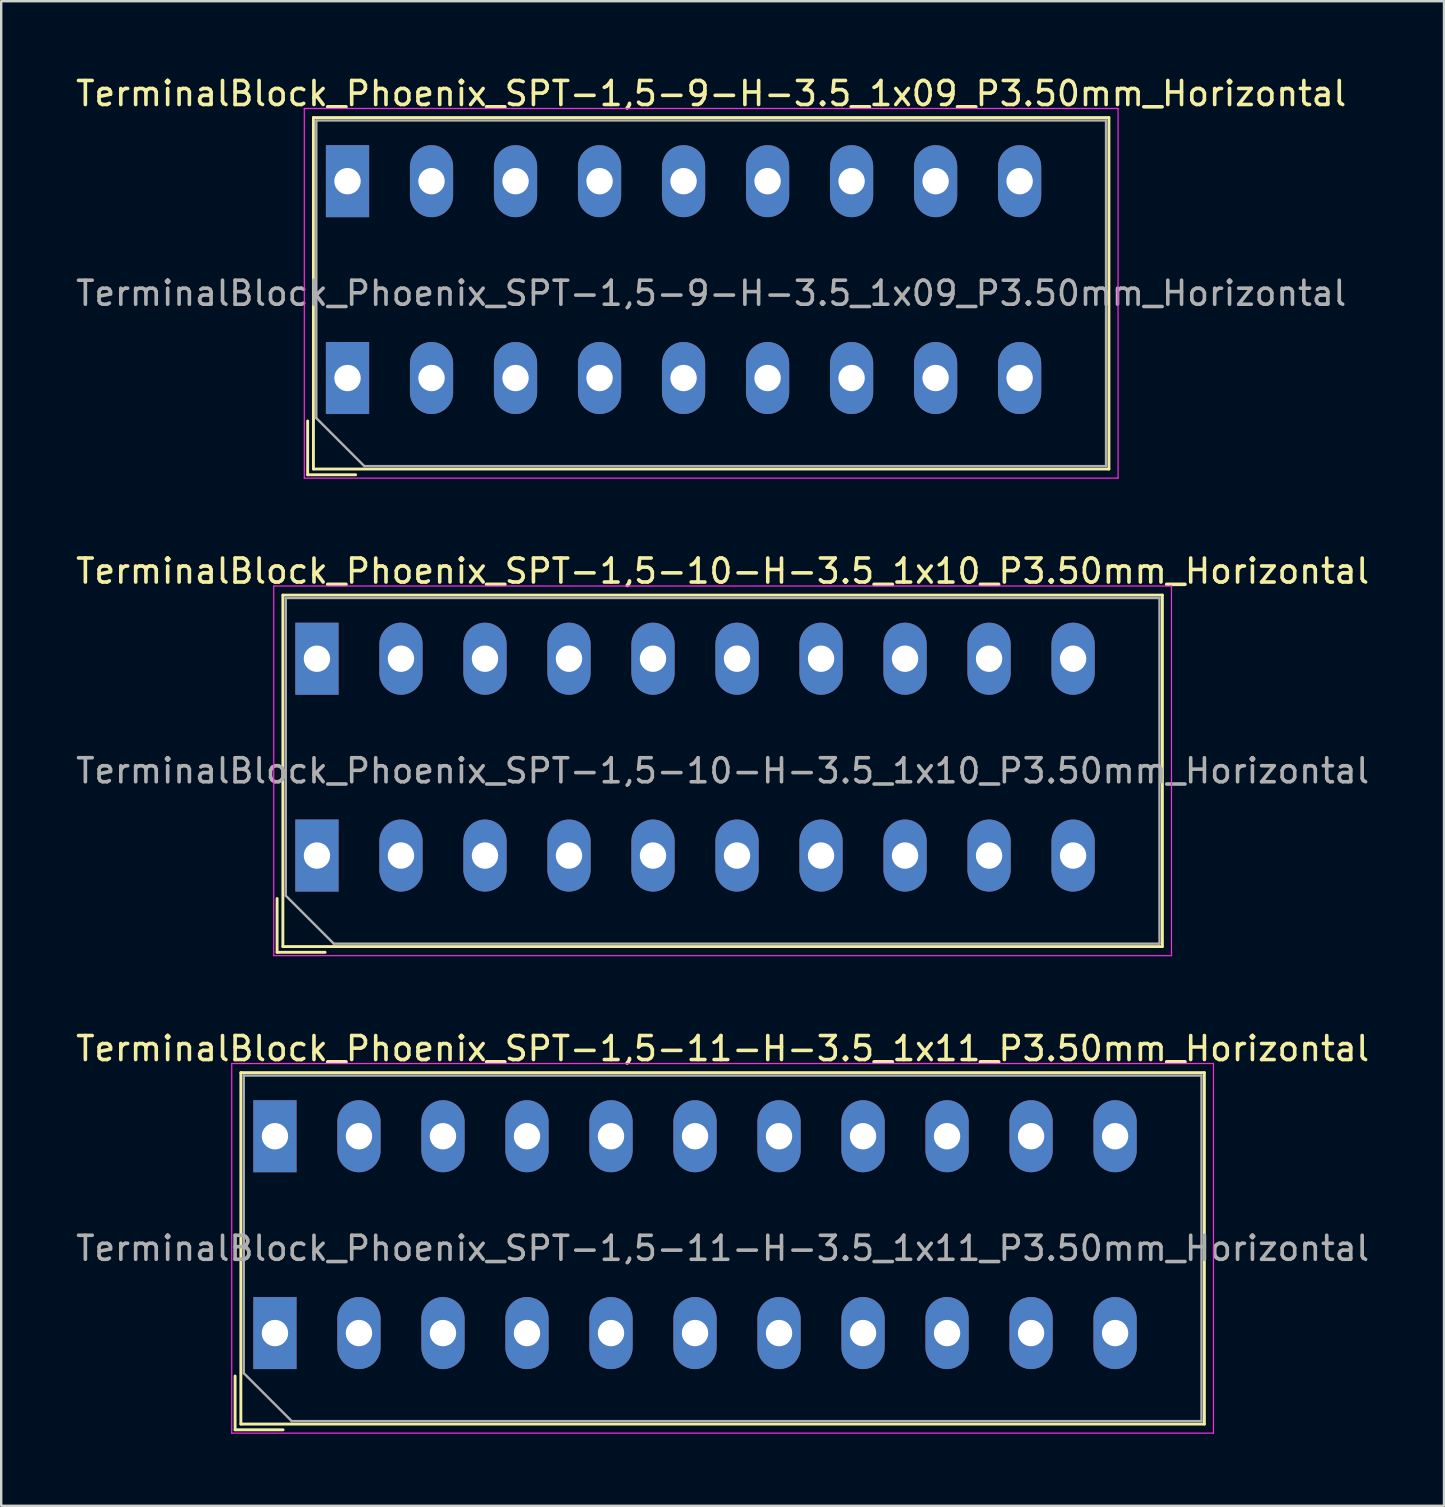
<source format=kicad_pcb>
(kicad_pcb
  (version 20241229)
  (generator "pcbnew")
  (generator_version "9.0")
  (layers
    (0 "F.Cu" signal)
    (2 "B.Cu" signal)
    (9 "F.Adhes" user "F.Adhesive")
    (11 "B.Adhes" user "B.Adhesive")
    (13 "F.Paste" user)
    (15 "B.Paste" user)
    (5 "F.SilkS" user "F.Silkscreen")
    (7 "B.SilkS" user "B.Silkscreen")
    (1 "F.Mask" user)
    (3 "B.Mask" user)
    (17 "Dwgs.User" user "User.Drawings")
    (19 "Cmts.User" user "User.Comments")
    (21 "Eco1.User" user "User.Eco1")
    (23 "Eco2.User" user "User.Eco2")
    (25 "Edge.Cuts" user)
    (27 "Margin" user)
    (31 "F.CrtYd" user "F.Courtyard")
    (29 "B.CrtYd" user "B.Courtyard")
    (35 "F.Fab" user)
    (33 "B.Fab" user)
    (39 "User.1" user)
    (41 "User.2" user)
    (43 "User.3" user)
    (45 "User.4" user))
  (footprint "TerminalBlock_Phoenix_SPT-1,5-10-H-3.5_1x10_P3.50mm_Horizontal"
    (layer "F.Cu")
    (at 10.154 32.592)
    (property "Reference" "TerminalBlock_Phoenix_SPT-1,5-10-H-3.5_1x10_P3.50mm_Horizontal" (at 16.9 -11.85 0) (layer "F.SilkS") (effects (font (size 1 1) (thickness 0.15))))
    (attr through_hole)
    (fp_line (start -1.66 1.79) (end -1.66 4.03) (stroke (width 0.12) (type solid)) (layer "F.SilkS"))
    (fp_line (start -1.66 4.03) (end 0.34 4.03) (stroke (width 0.12) (type solid)) (layer "F.SilkS"))
    (fp_line (start -1.42 -10.85) (end -1.42 3.791) (stroke (width 0.12) (type solid)) (layer "F.SilkS"))
    (fp_line (start -1.42 -10.85) (end 35.22 -10.85) (stroke (width 0.12) (type solid)) (layer "F.SilkS"))
    (fp_line (start -1.42 3.791) (end 35.22 3.791) (stroke (width 0.12) (type solid)) (layer "F.SilkS"))
    (fp_line (start 35.22 -10.85) (end 35.22 3.791) (stroke (width 0.12) (type solid)) (layer "F.SilkS"))
    (fp_line (start -1.8 -11.23) (end -1.8 4.17) (stroke (width 0.05) (type solid)) (layer "F.CrtYd"))
    (fp_line (start -1.8 4.17) (end 35.6 4.17) (stroke (width 0.05) (type solid)) (layer "F.CrtYd"))
    (fp_line (start 35.6 -11.23) (end -1.8 -11.23) (stroke (width 0.05) (type solid)) (layer "F.CrtYd"))
    (fp_line (start 35.6 4.17) (end 35.6 -11.23) (stroke (width 0.05) (type solid)) (layer "F.CrtYd"))
    (fp_line (start -1.3 -10.73) (end 35.1 -10.73) (stroke (width 0.1) (type solid)) (layer "F.Fab"))
    (fp_line (start -1.3 1.67) (end -1.3 -10.73) (stroke (width 0.1) (type solid)) (layer "F.Fab"))
    (fp_line (start 0.7 3.67) (end -1.3 1.67) (stroke (width 0.1) (type solid)) (layer "F.Fab"))
    (fp_line (start 35.1 -10.73) (end 35.1 3.67) (stroke (width 0.1) (type solid)) (layer "F.Fab"))
    (fp_line (start 35.1 3.67) (end 0.7 3.67) (stroke (width 0.1) (type solid)) (layer "F.Fab"))
    (fp_text user "${REFERENCE}" (at 16.9 -3.53 0) (layer "F.Fab") (effects (font (size 1 1) (thickness 0.15))))
    (pad "1" thru_hole rect (at 0 -8.2) (size 1.8 3) (drill 1.1) (layers "*.Cu" "*.Mask"))
    (pad "1" thru_hole rect (at 0 0) (size 1.8 3) (drill 1.1) (layers "*.Cu" "*.Mask"))
    (pad "2" thru_hole oval (at 3.5 -8.2) (size 1.8 3) (drill 1.1) (layers "*.Cu" "*.Mask"))
    (pad "2" thru_hole oval (at 3.5 0) (size 1.8 3) (drill 1.1) (layers "*.Cu" "*.Mask"))
    (pad "3" thru_hole oval (at 7 -8.2) (size 1.8 3) (drill 1.1) (layers "*.Cu" "*.Mask"))
    (pad "3" thru_hole oval (at 7 0) (size 1.8 3) (drill 1.1) (layers "*.Cu" "*.Mask"))
    (pad "4" thru_hole oval (at 10.5 -8.2) (size 1.8 3) (drill 1.1) (layers "*.Cu" "*.Mask"))
    (pad "4" thru_hole oval (at 10.5 0) (size 1.8 3) (drill 1.1) (layers "*.Cu" "*.Mask"))
    (pad "5" thru_hole oval (at 14 -8.2) (size 1.8 3) (drill 1.1) (layers "*.Cu" "*.Mask"))
    (pad "5" thru_hole oval (at 14 0) (size 1.8 3) (drill 1.1) (layers "*.Cu" "*.Mask"))
    (pad "6" thru_hole oval (at 17.5 -8.2) (size 1.8 3) (drill 1.1) (layers "*.Cu" "*.Mask"))
    (pad "6" thru_hole oval (at 17.5 0) (size 1.8 3) (drill 1.1) (layers "*.Cu" "*.Mask"))
    (pad "7" thru_hole oval (at 21 -8.2) (size 1.8 3) (drill 1.1) (layers "*.Cu" "*.Mask"))
    (pad "7" thru_hole oval (at 21 0) (size 1.8 3) (drill 1.1) (layers "*.Cu" "*.Mask"))
    (pad "8" thru_hole oval (at 24.5 -8.2) (size 1.8 3) (drill 1.1) (layers "*.Cu" "*.Mask"))
    (pad "8" thru_hole oval (at 24.5 0) (size 1.8 3) (drill 1.1) (layers "*.Cu" "*.Mask"))
    (pad "9" thru_hole oval (at 28 -8.2) (size 1.8 3) (drill 1.1) (layers "*.Cu" "*.Mask"))
    (pad "9" thru_hole oval (at 28 0) (size 1.8 3) (drill 1.1) (layers "*.Cu" "*.Mask"))
    (pad "10" thru_hole oval (at 31.5 -8.2) (size 1.8 3) (drill 1.1) (layers "*.Cu" "*.Mask"))
    (pad "10" thru_hole oval (at 31.5 0) (size 1.8 3) (drill 1.1) (layers "*.Cu" "*.Mask")))
  (footprint "TerminalBlock_Phoenix_SPT-1,5-9-H-3.5_1x09_P3.50mm_Horizontal"
    (layer "F.Cu")
    (at 11.427 12.698)
    (property "Reference" "TerminalBlock_Phoenix_SPT-1,5-9-H-3.5_1x09_P3.50mm_Horizontal" (at 15.15 -11.85 0) (layer "F.SilkS") (effects (font (size 1 1) (thickness 0.15))))
    (attr through_hole)
    (fp_line (start -1.66 1.79) (end -1.66 4.03) (stroke (width 0.12) (type solid)) (layer "F.SilkS"))
    (fp_line (start -1.66 4.03) (end 0.34 4.03) (stroke (width 0.12) (type solid)) (layer "F.SilkS"))
    (fp_line (start -1.42 -10.85) (end -1.42 3.791) (stroke (width 0.12) (type solid)) (layer "F.SilkS"))
    (fp_line (start -1.42 -10.85) (end 31.72 -10.85) (stroke (width 0.12) (type solid)) (layer "F.SilkS"))
    (fp_line (start -1.42 3.791) (end 31.72 3.791) (stroke (width 0.12) (type solid)) (layer "F.SilkS"))
    (fp_line (start 31.72 -10.85) (end 31.72 3.791) (stroke (width 0.12) (type solid)) (layer "F.SilkS"))
    (fp_line (start -1.8 -11.23) (end -1.8 4.17) (stroke (width 0.05) (type solid)) (layer "F.CrtYd"))
    (fp_line (start -1.8 4.17) (end 32.1 4.17) (stroke (width 0.05) (type solid)) (layer "F.CrtYd"))
    (fp_line (start 32.1 -11.23) (end -1.8 -11.23) (stroke (width 0.05) (type solid)) (layer "F.CrtYd"))
    (fp_line (start 32.1 4.17) (end 32.1 -11.23) (stroke (width 0.05) (type solid)) (layer "F.CrtYd"))
    (fp_line (start -1.3 -10.73) (end 31.6 -10.73) (stroke (width 0.1) (type solid)) (layer "F.Fab"))
    (fp_line (start -1.3 1.67) (end -1.3 -10.73) (stroke (width 0.1) (type solid)) (layer "F.Fab"))
    (fp_line (start 0.7 3.67) (end -1.3 1.67) (stroke (width 0.1) (type solid)) (layer "F.Fab"))
    (fp_line (start 31.6 -10.73) (end 31.6 3.67) (stroke (width 0.1) (type solid)) (layer "F.Fab"))
    (fp_line (start 31.6 3.67) (end 0.7 3.67) (stroke (width 0.1) (type solid)) (layer "F.Fab"))
    (fp_text user "${REFERENCE}" (at 15.15 -3.53 0) (layer "F.Fab") (effects (font (size 1 1) (thickness 0.15))))
    (pad "1" thru_hole rect (at 0 -8.2) (size 1.8 3) (drill 1.1) (layers "*.Cu" "*.Mask"))
    (pad "1" thru_hole rect (at 0 0) (size 1.8 3) (drill 1.1) (layers "*.Cu" "*.Mask"))
    (pad "2" thru_hole oval (at 3.5 -8.2) (size 1.8 3) (drill 1.1) (layers "*.Cu" "*.Mask"))
    (pad "2" thru_hole oval (at 3.5 0) (size 1.8 3) (drill 1.1) (layers "*.Cu" "*.Mask"))
    (pad "3" thru_hole oval (at 7 -8.2) (size 1.8 3) (drill 1.1) (layers "*.Cu" "*.Mask"))
    (pad "3" thru_hole oval (at 7 0) (size 1.8 3) (drill 1.1) (layers "*.Cu" "*.Mask"))
    (pad "4" thru_hole oval (at 10.5 -8.2) (size 1.8 3) (drill 1.1) (layers "*.Cu" "*.Mask"))
    (pad "4" thru_hole oval (at 10.5 0) (size 1.8 3) (drill 1.1) (layers "*.Cu" "*.Mask"))
    (pad "5" thru_hole oval (at 14 -8.2) (size 1.8 3) (drill 1.1) (layers "*.Cu" "*.Mask"))
    (pad "5" thru_hole oval (at 14 0) (size 1.8 3) (drill 1.1) (layers "*.Cu" "*.Mask"))
    (pad "6" thru_hole oval (at 17.5 -8.2) (size 1.8 3) (drill 1.1) (layers "*.Cu" "*.Mask"))
    (pad "6" thru_hole oval (at 17.5 0) (size 1.8 3) (drill 1.1) (layers "*.Cu" "*.Mask"))
    (pad "7" thru_hole oval (at 21 -8.2) (size 1.8 3) (drill 1.1) (layers "*.Cu" "*.Mask"))
    (pad "7" thru_hole oval (at 21 0) (size 1.8 3) (drill 1.1) (layers "*.Cu" "*.Mask"))
    (pad "8" thru_hole oval (at 24.5 -8.2) (size 1.8 3) (drill 1.1) (layers "*.Cu" "*.Mask"))
    (pad "8" thru_hole oval (at 24.5 0) (size 1.8 3) (drill 1.1) (layers "*.Cu" "*.Mask"))
    (pad "9" thru_hole oval (at 28 -8.2) (size 1.8 3) (drill 1.1) (layers "*.Cu" "*.Mask"))
    (pad "9" thru_hole oval (at 28 0) (size 1.8 3) (drill 1.1) (layers "*.Cu" "*.Mask")))
  (footprint "TerminalBlock_Phoenix_SPT-1,5-11-H-3.5_1x11_P3.50mm_Horizontal"
    (layer "F.Cu")
    (at 8.404 52.485)
    (property "Reference" "TerminalBlock_Phoenix_SPT-1,5-11-H-3.5_1x11_P3.50mm_Horizontal" (at 18.65 -11.85 0) (layer "F.SilkS") (effects (font (size 1 1) (thickness 0.15))))
    (attr through_hole)
    (fp_line (start -1.66 1.79) (end -1.66 4.03) (stroke (width 0.12) (type solid)) (layer "F.SilkS"))
    (fp_line (start -1.66 4.03) (end 0.34 4.03) (stroke (width 0.12) (type solid)) (layer "F.SilkS"))
    (fp_line (start -1.42 -10.85) (end -1.42 3.791) (stroke (width 0.12) (type solid)) (layer "F.SilkS"))
    (fp_line (start -1.42 -10.85) (end 38.72 -10.85) (stroke (width 0.12) (type solid)) (layer "F.SilkS"))
    (fp_line (start -1.42 3.791) (end 38.72 3.791) (stroke (width 0.12) (type solid)) (layer "F.SilkS"))
    (fp_line (start 38.72 -10.85) (end 38.72 3.791) (stroke (width 0.12) (type solid)) (layer "F.SilkS"))
    (fp_line (start -1.8 -11.23) (end -1.8 4.17) (stroke (width 0.05) (type solid)) (layer "F.CrtYd"))
    (fp_line (start -1.8 4.17) (end 39.1 4.17) (stroke (width 0.05) (type solid)) (layer "F.CrtYd"))
    (fp_line (start 39.1 -11.23) (end -1.8 -11.23) (stroke (width 0.05) (type solid)) (layer "F.CrtYd"))
    (fp_line (start 39.1 4.17) (end 39.1 -11.23) (stroke (width 0.05) (type solid)) (layer "F.CrtYd"))
    (fp_line (start -1.3 -10.73) (end 38.6 -10.73) (stroke (width 0.1) (type solid)) (layer "F.Fab"))
    (fp_line (start -1.3 1.67) (end -1.3 -10.73) (stroke (width 0.1) (type solid)) (layer "F.Fab"))
    (fp_line (start 0.7 3.67) (end -1.3 1.67) (stroke (width 0.1) (type solid)) (layer "F.Fab"))
    (fp_line (start 38.6 -10.73) (end 38.6 3.67) (stroke (width 0.1) (type solid)) (layer "F.Fab"))
    (fp_line (start 38.6 3.67) (end 0.7 3.67) (stroke (width 0.1) (type solid)) (layer "F.Fab"))
    (fp_text user "${REFERENCE}" (at 18.65 -3.53 0) (layer "F.Fab") (effects (font (size 1 1) (thickness 0.15))))
    (pad "1" thru_hole rect (at 0 -8.2) (size 1.8 3) (drill 1.1) (layers "*.Cu" "*.Mask"))
    (pad "1" thru_hole rect (at 0 0) (size 1.8 3) (drill 1.1) (layers "*.Cu" "*.Mask"))
    (pad "2" thru_hole oval (at 3.5 -8.2) (size 1.8 3) (drill 1.1) (layers "*.Cu" "*.Mask"))
    (pad "2" thru_hole oval (at 3.5 0) (size 1.8 3) (drill 1.1) (layers "*.Cu" "*.Mask"))
    (pad "3" thru_hole oval (at 7 -8.2) (size 1.8 3) (drill 1.1) (layers "*.Cu" "*.Mask"))
    (pad "3" thru_hole oval (at 7 0) (size 1.8 3) (drill 1.1) (layers "*.Cu" "*.Mask"))
    (pad "4" thru_hole oval (at 10.5 -8.2) (size 1.8 3) (drill 1.1) (layers "*.Cu" "*.Mask"))
    (pad "4" thru_hole oval (at 10.5 0) (size 1.8 3) (drill 1.1) (layers "*.Cu" "*.Mask"))
    (pad "5" thru_hole oval (at 14 -8.2) (size 1.8 3) (drill 1.1) (layers "*.Cu" "*.Mask"))
    (pad "5" thru_hole oval (at 14 0) (size 1.8 3) (drill 1.1) (layers "*.Cu" "*.Mask"))
    (pad "6" thru_hole oval (at 17.5 -8.2) (size 1.8 3) (drill 1.1) (layers "*.Cu" "*.Mask"))
    (pad "6" thru_hole oval (at 17.5 0) (size 1.8 3) (drill 1.1) (layers "*.Cu" "*.Mask"))
    (pad "7" thru_hole oval (at 21 -8.2) (size 1.8 3) (drill 1.1) (layers "*.Cu" "*.Mask"))
    (pad "7" thru_hole oval (at 21 0) (size 1.8 3) (drill 1.1) (layers "*.Cu" "*.Mask"))
    (pad "8" thru_hole oval (at 24.5 -8.2) (size 1.8 3) (drill 1.1) (layers "*.Cu" "*.Mask"))
    (pad "8" thru_hole oval (at 24.5 0) (size 1.8 3) (drill 1.1) (layers "*.Cu" "*.Mask"))
    (pad "9" thru_hole oval (at 28 -8.2) (size 1.8 3) (drill 1.1) (layers "*.Cu" "*.Mask"))
    (pad "9" thru_hole oval (at 28 0) (size 1.8 3) (drill 1.1) (layers "*.Cu" "*.Mask"))
    (pad "10" thru_hole oval (at 31.5 -8.2) (size 1.8 3) (drill 1.1) (layers "*.Cu" "*.Mask"))
    (pad "10" thru_hole oval (at 31.5 0) (size 1.8 3) (drill 1.1) (layers "*.Cu" "*.Mask"))
    (pad "11" thru_hole oval (at 35 -8.2) (size 1.8 3) (drill 1.1) (layers "*.Cu" "*.Mask"))
    (pad "11" thru_hole oval (at 35 0) (size 1.8 3) (drill 1.1) (layers "*.Cu" "*.Mask")))
  (gr_rect
    (start -3 -3)
    (end 57.107 59.68)
    (stroke (width 0.1) (type default))
    (fill no)
    (layer "Edge.Cuts")))
</source>
